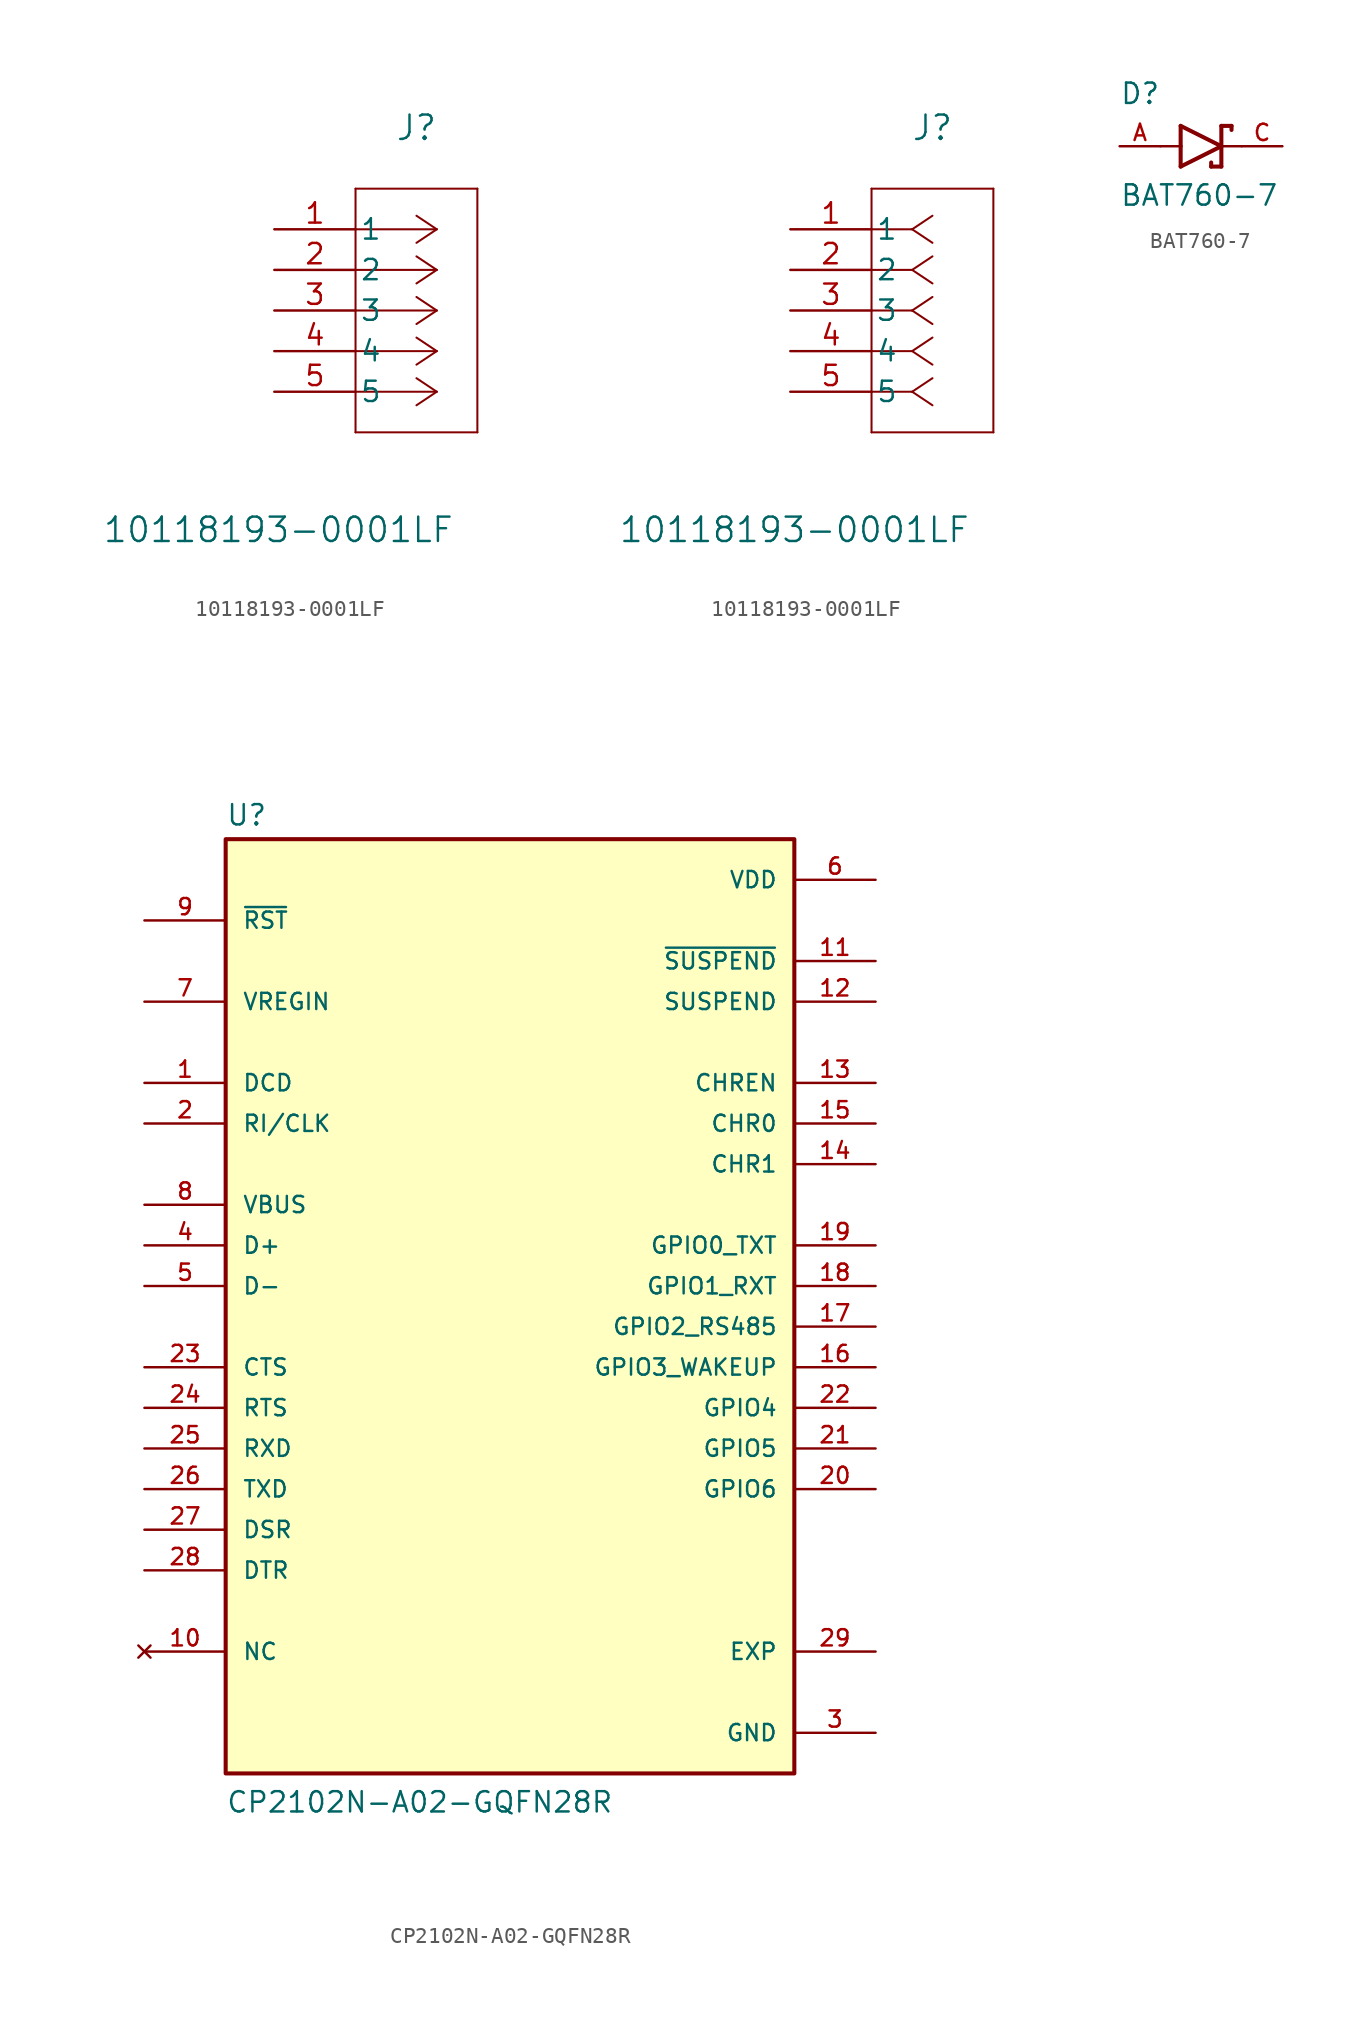
<source format=kicad_sym>
(kicad_symbol_lib
  (version 20231120)
  (generator "kicad_symbol_editor")
  (generator_version "8.0")
  (symbol "10118193-0001LF"
    (pin_names
      (offset 0.254))
    (property "Reference" "J"
      (at 8.89 6.35 0)
      (effects (font (size 1.524 1.524))))
    (property "Value" "10118193-0001LF"
      (at 0.254 -18.796 0)
      (effects (font (size 1.524 1.524))))
    (symbol "10118193-0001LF_1_1"
      (polyline (pts (xy 5.08 -12.7) (xy 12.7 -12.7)) (stroke (width 0.127) (type default)) (fill (type none)))
      (polyline (pts (xy 5.08 2.54) (xy 5.08 -12.7)) (stroke (width 0.127) (type default)) (fill (type none)))
      (polyline (pts (xy 10.16 -10.16) (xy 5.08 -10.16)) (stroke (width 0.127) (type default)) (fill (type none)))
      (polyline (pts (xy 10.16 -10.16) (xy 8.89 -11.007)) (stroke (width 0.127) (type default)) (fill (type none)))
      (polyline (pts (xy 10.16 -10.16) (xy 8.89 -9.313)) (stroke (width 0.127) (type default)) (fill (type none)))
      (polyline (pts (xy 10.16 -7.62) (xy 5.08 -7.62)) (stroke (width 0.127) (type default)) (fill (type none)))
      (polyline (pts (xy 10.16 -7.62) (xy 8.89 -8.467)) (stroke (width 0.127) (type default)) (fill (type none)))
      (polyline (pts (xy 10.16 -7.62) (xy 8.89 -6.773)) (stroke (width 0.127) (type default)) (fill (type none)))
      (polyline (pts (xy 10.16 -5.08) (xy 5.08 -5.08)) (stroke (width 0.127) (type default)) (fill (type none)))
      (polyline (pts (xy 10.16 -5.08) (xy 8.89 -5.927)) (stroke (width 0.127) (type default)) (fill (type none)))
      (polyline (pts (xy 10.16 -5.08) (xy 8.89 -4.233)) (stroke (width 0.127) (type default)) (fill (type none)))
      (polyline (pts (xy 10.16 -2.54) (xy 5.08 -2.54)) (stroke (width 0.127) (type default)) (fill (type none)))
      (polyline (pts (xy 10.16 -2.54) (xy 8.89 -3.387)) (stroke (width 0.127) (type default)) (fill (type none)))
      (polyline (pts (xy 10.16 -2.54) (xy 8.89 -1.693)) (stroke (width 0.127) (type default)) (fill (type none)))
      (polyline (pts (xy 10.16 0) (xy 5.08 0)) (stroke (width 0.127) (type default)) (fill (type none)))
      (polyline (pts (xy 10.16 0) (xy 8.89 -0.847)) (stroke (width 0.127) (type default)) (fill (type none)))
      (polyline (pts (xy 10.16 0) (xy 8.89 0.847)) (stroke (width 0.127) (type default)) (fill (type none)))
      (polyline (pts (xy 12.7 -12.7) (xy 12.7 2.54)) (stroke (width 0.127) (type default)) (fill (type none)))
      (polyline (pts (xy 12.7 2.54) (xy 5.08 2.54)) (stroke (width 0.127) (type default)) (fill (type none)))
      (pin unspecified line (at 0 0 0) (length 5.08) (name "1" (effects (font (size 1.27 1.27)))) (number "1" (effects (font (size 1.27 1.27)))))
      (pin unspecified line (at 0 -2.54 0) (length 5.08) (name "2" (effects (font (size 1.27 1.27)))) (number "2" (effects (font (size 1.27 1.27)))))
      (pin unspecified line (at 0 -5.08 0) (length 5.08) (name "3" (effects (font (size 1.27 1.27)))) (number "3" (effects (font (size 1.27 1.27)))))
      (pin unspecified line (at 0 -7.62 0) (length 5.08) (name "4" (effects (font (size 1.27 1.27)))) (number "4" (effects (font (size 1.27 1.27)))))
      (pin unspecified line (at 0 -10.16 0) (length 5.08) (name "5" (effects (font (size 1.27 1.27)))) (number "5" (effects (font (size 1.27 1.27))))))
    (symbol "10118193-0001LF_1_2"
      (polyline (pts (xy 5.08 -12.7) (xy 12.7 -12.7)) (stroke (width 0.127) (type default)) (fill (type none)))
      (polyline (pts (xy 5.08 2.54) (xy 5.08 -12.7)) (stroke (width 0.127) (type default)) (fill (type none)))
      (polyline (pts (xy 7.62 -10.16) (xy 5.08 -10.16)) (stroke (width 0.127) (type default)) (fill (type none)))
      (polyline (pts (xy 7.62 -10.16) (xy 8.89 -11.007)) (stroke (width 0.127) (type default)) (fill (type none)))
      (polyline (pts (xy 7.62 -10.16) (xy 8.89 -9.313)) (stroke (width 0.127) (type default)) (fill (type none)))
      (polyline (pts (xy 7.62 -7.62) (xy 5.08 -7.62)) (stroke (width 0.127) (type default)) (fill (type none)))
      (polyline (pts (xy 7.62 -7.62) (xy 8.89 -8.467)) (stroke (width 0.127) (type default)) (fill (type none)))
      (polyline (pts (xy 7.62 -7.62) (xy 8.89 -6.773)) (stroke (width 0.127) (type default)) (fill (type none)))
      (polyline (pts (xy 7.62 -5.08) (xy 5.08 -5.08)) (stroke (width 0.127) (type default)) (fill (type none)))
      (polyline (pts (xy 7.62 -5.08) (xy 8.89 -5.927)) (stroke (width 0.127) (type default)) (fill (type none)))
      (polyline (pts (xy 7.62 -5.08) (xy 8.89 -4.233)) (stroke (width 0.127) (type default)) (fill (type none)))
      (polyline (pts (xy 7.62 -2.54) (xy 5.08 -2.54)) (stroke (width 0.127) (type default)) (fill (type none)))
      (polyline (pts (xy 7.62 -2.54) (xy 8.89 -3.387)) (stroke (width 0.127) (type default)) (fill (type none)))
      (polyline (pts (xy 7.62 -2.54) (xy 8.89 -1.693)) (stroke (width 0.127) (type default)) (fill (type none)))
      (polyline (pts (xy 7.62 0) (xy 5.08 0)) (stroke (width 0.127) (type default)) (fill (type none)))
      (polyline (pts (xy 7.62 0) (xy 8.89 -0.847)) (stroke (width 0.127) (type default)) (fill (type none)))
      (polyline (pts (xy 7.62 0) (xy 8.89 0.847)) (stroke (width 0.127) (type default)) (fill (type none)))
      (polyline (pts (xy 12.7 -12.7) (xy 12.7 2.54)) (stroke (width 0.127) (type default)) (fill (type none)))
      (polyline (pts (xy 12.7 2.54) (xy 5.08 2.54)) (stroke (width 0.127) (type default)) (fill (type none)))
      (pin unspecified line (at 0 0 0) (length 5.08) (name "1" (effects (font (size 1.27 1.27)))) (number "1" (effects (font (size 1.27 1.27)))))
      (pin unspecified line (at 0 -2.54 0) (length 5.08) (name "2" (effects (font (size 1.27 1.27)))) (number "2" (effects (font (size 1.27 1.27)))))
      (pin unspecified line (at 0 -5.08 0) (length 5.08) (name "3" (effects (font (size 1.27 1.27)))) (number "3" (effects (font (size 1.27 1.27)))))
      (pin unspecified line (at 0 -7.62 0) (length 5.08) (name "4" (effects (font (size 1.27 1.27)))) (number "4" (effects (font (size 1.27 1.27)))))
      (pin unspecified line (at 0 -10.16 0) (length 5.08) (name "5" (effects (font (size 1.27 1.27)))) (number "5" (effects (font (size 1.27 1.27)))))))
  (symbol "BAT760-7"
    (pin_names
      (offset 1.016))
    (property "Reference" "D"
      (at -5.08 2.54 0)
      (effects (font (size 1.27 1.27)) (justify left bottom)))
    (property "Value" "BAT760-7"
      (at -5.08 -3.81 0)
      (effects (font (size 1.27 1.27)) (justify left bottom)))
    (symbol "BAT760-7_0_0"
      (polyline (pts (xy -2.54 0) (xy -1.27 0)) (stroke (width 0.152) (type default)) (fill (type none)))
      (polyline (pts (xy -1.27 -1.27) (xy 1.27 0)) (stroke (width 0.254) (type default)) (fill (type none)))
      (polyline (pts (xy -1.27 0) (xy -1.27 -1.27)) (stroke (width 0.254) (type default)) (fill (type none)))
      (polyline (pts (xy -1.27 1.27) (xy -1.27 0)) (stroke (width 0.254) (type default)) (fill (type none)))
      (polyline (pts (xy 0.635 -1.016) (xy 0.635 -1.27)) (stroke (width 0.254) (type default)) (fill (type none)))
      (polyline (pts (xy 1.27 -1.27) (xy 0.635 -1.27)) (stroke (width 0.254) (type default)) (fill (type none)))
      (polyline (pts (xy 1.27 0) (xy -1.27 1.27)) (stroke (width 0.254) (type default)) (fill (type none)))
      (polyline (pts (xy 1.27 0) (xy 1.27 -1.27)) (stroke (width 0.254) (type default)) (fill (type none)))
      (polyline (pts (xy 1.27 1.27) (xy 1.27 0)) (stroke (width 0.254) (type default)) (fill (type none)))
      (polyline (pts (xy 1.905 1.27) (xy 1.27 1.27)) (stroke (width 0.254) (type default)) (fill (type none)))
      (polyline (pts (xy 1.905 1.27) (xy 1.905 1.016)) (stroke (width 0.254) (type default)) (fill (type none)))
      (polyline (pts (xy 2.54 0) (xy 1.27 0)) (stroke (width 0.152) (type default)) (fill (type none)))
      (pin passive line (at -5.08 0 0) (length 2.54) (name "~" (effects (font (size 1.016 1.016)))) (number "A" (effects (font (size 1.016 1.016)))))
      (pin passive line (at 5.08 0 180) (length 2.54) (name "~" (effects (font (size 1.016 1.016)))) (number "C" (effects (font (size 1.016 1.016)))))))
  (symbol "CP2102N-A02-GQFN28R"
    (pin_names
      (offset 1.016))
    (property "Reference" "U"
      (at -17.78 28.702 0)
      (effects (font (size 1.27 1.27)) (justify left bottom)))
    (property "Value" "CP2102N-A02-GQFN28R"
      (at -17.78 -33.02 0)
      (effects (font (size 1.27 1.27)) (justify left bottom)))
    (symbol "CP2102N-A02-GQFN28R_0_0"
      (rectangle (start -17.78 -30.48) (end 17.78 27.94) (stroke (width 0.254) (type default)) (fill (type background)))
      (pin input line (at -22.86 12.7 0) (length 5.08) (name "DCD" (effects (font (size 1.016 1.016)))) (number "1" (effects (font (size 1.016 1.016)))))
      (pin no_connect line (at -22.86 -22.86 0) (length 5.08) (name "NC" (effects (font (size 1.016 1.016)))) (number "10" (effects (font (size 1.016 1.016)))))
      (pin output line (at 22.86 20.32 180) (length 5.08) (name "~{SUSPEND}" (effects (font (size 1.016 1.016)))) (number "11" (effects (font (size 1.016 1.016)))))
      (pin output line (at 22.86 17.78 180) (length 5.08) (name "SUSPEND" (effects (font (size 1.016 1.016)))) (number "12" (effects (font (size 1.016 1.016)))))
      (pin output line (at 22.86 12.7 180) (length 5.08) (name "CHREN" (effects (font (size 1.016 1.016)))) (number "13" (effects (font (size 1.016 1.016)))))
      (pin output line (at 22.86 7.62 180) (length 5.08) (name "CHR1" (effects (font (size 1.016 1.016)))) (number "14" (effects (font (size 1.016 1.016)))))
      (pin output line (at 22.86 10.16 180) (length 5.08) (name "CHR0" (effects (font (size 1.016 1.016)))) (number "15" (effects (font (size 1.016 1.016)))))
      (pin bidirectional line (at 22.86 -5.08 180) (length 5.08) (name "GPIO3_WAKEUP" (effects (font (size 1.016 1.016)))) (number "16" (effects (font (size 1.016 1.016)))))
      (pin bidirectional line (at 22.86 -2.54 180) (length 5.08) (name "GPIO2_RS485" (effects (font (size 1.016 1.016)))) (number "17" (effects (font (size 1.016 1.016)))))
      (pin bidirectional line (at 22.86 0 180) (length 5.08) (name "GPIO1_RXT" (effects (font (size 1.016 1.016)))) (number "18" (effects (font (size 1.016 1.016)))))
      (pin bidirectional line (at 22.86 2.54 180) (length 5.08) (name "GPIO0_TXT" (effects (font (size 1.016 1.016)))) (number "19" (effects (font (size 1.016 1.016)))))
      (pin bidirectional line (at -22.86 10.16 0) (length 5.08) (name "RI/CLK" (effects (font (size 1.016 1.016)))) (number "2" (effects (font (size 1.016 1.016)))))
      (pin bidirectional line (at 22.86 -12.7 180) (length 5.08) (name "GPIO6" (effects (font (size 1.016 1.016)))) (number "20" (effects (font (size 1.016 1.016)))))
      (pin bidirectional line (at 22.86 -10.16 180) (length 5.08) (name "GPIO5" (effects (font (size 1.016 1.016)))) (number "21" (effects (font (size 1.016 1.016)))))
      (pin bidirectional line (at 22.86 -7.62 180) (length 5.08) (name "GPIO4" (effects (font (size 1.016 1.016)))) (number "22" (effects (font (size 1.016 1.016)))))
      (pin input line (at -22.86 -5.08 0) (length 5.08) (name "CTS" (effects (font (size 1.016 1.016)))) (number "23" (effects (font (size 1.016 1.016)))))
      (pin output line (at -22.86 -7.62 0) (length 5.08) (name "RTS" (effects (font (size 1.016 1.016)))) (number "24" (effects (font (size 1.016 1.016)))))
      (pin input line (at -22.86 -10.16 0) (length 5.08) (name "RXD" (effects (font (size 1.016 1.016)))) (number "25" (effects (font (size 1.016 1.016)))))
      (pin output line (at -22.86 -12.7 0) (length 5.08) (name "TXD" (effects (font (size 1.016 1.016)))) (number "26" (effects (font (size 1.016 1.016)))))
      (pin input line (at -22.86 -15.24 0) (length 5.08) (name "DSR" (effects (font (size 1.016 1.016)))) (number "27" (effects (font (size 1.016 1.016)))))
      (pin output line (at -22.86 -17.78 0) (length 5.08) (name "DTR" (effects (font (size 1.016 1.016)))) (number "28" (effects (font (size 1.016 1.016)))))
      (pin power_in line (at 22.86 -22.86 180) (length 5.08) (name "EXP" (effects (font (size 1.016 1.016)))) (number "29" (effects (font (size 1.016 1.016)))))
      (pin power_in line (at 22.86 -27.94 180) (length 5.08) (name "GND" (effects (font (size 1.016 1.016)))) (number "3" (effects (font (size 1.016 1.016)))))
      (pin bidirectional line (at -22.86 2.54 0) (length 5.08) (name "D+" (effects (font (size 1.016 1.016)))) (number "4" (effects (font (size 1.016 1.016)))))
      (pin bidirectional line (at -22.86 0 0) (length 5.08) (name "D-" (effects (font (size 1.016 1.016)))) (number "5" (effects (font (size 1.016 1.016)))))
      (pin power_in line (at 22.86 25.4 180) (length 5.08) (name "VDD" (effects (font (size 1.016 1.016)))) (number "6" (effects (font (size 1.016 1.016)))))
      (pin input line (at -22.86 17.78 0) (length 5.08) (name "VREGIN" (effects (font (size 1.016 1.016)))) (number "7" (effects (font (size 1.016 1.016)))))
      (pin input line (at -22.86 5.08 0) (length 5.08) (name "VBUS" (effects (font (size 1.016 1.016)))) (number "8" (effects (font (size 1.016 1.016)))))
      (pin input line (at -22.86 22.86 0) (length 5.08) (name "~{RST}" (effects (font (size 1.016 1.016)))) (number "9" (effects (font (size 1.016 1.016))))))))
</source>
